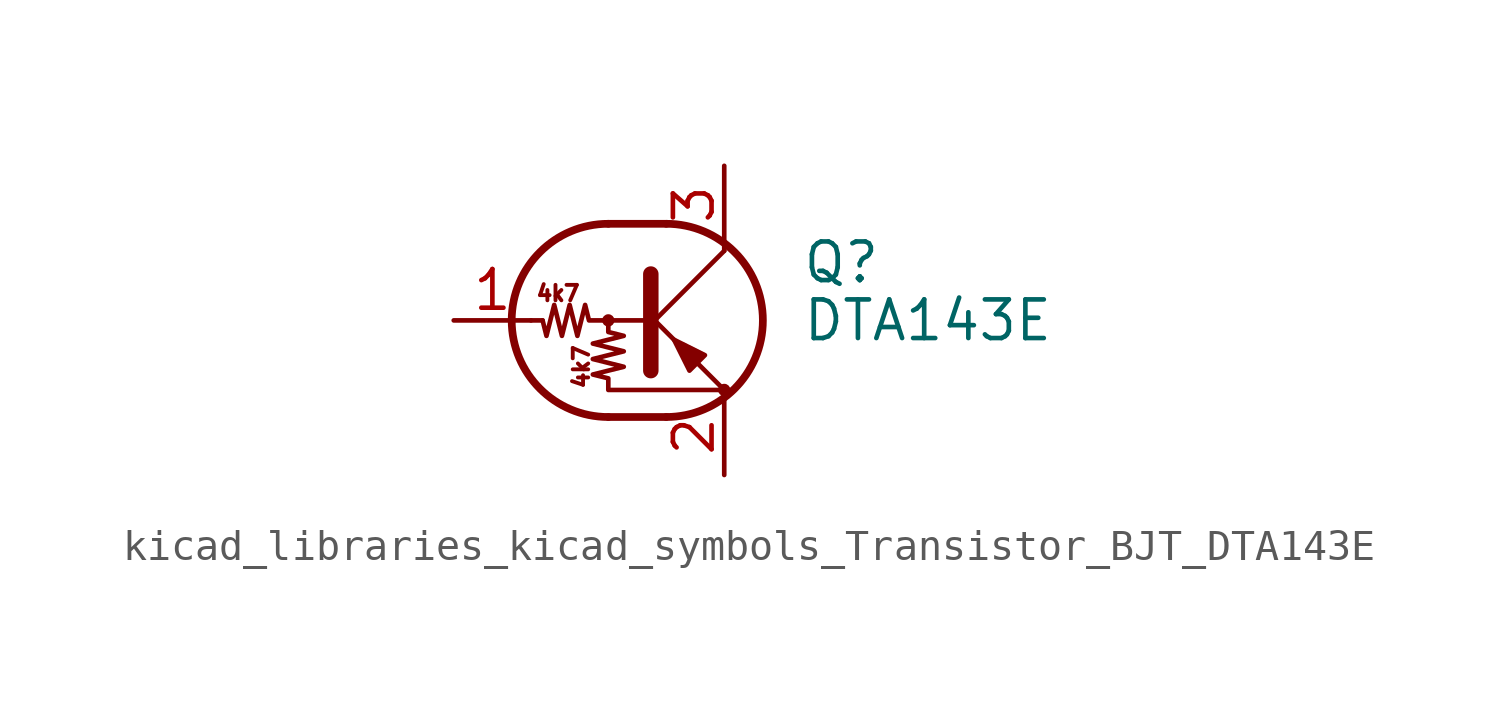
<source format=kicad_sym>
(kicad_symbol_lib
  (version 20220914)
  (generator kicad_symbol_editor)
  (symbol "kicad_libraries_kicad_symbols_Transistor_BJT_DTA143E"
    (pin_names
      (offset 0) hide)
    (property "Reference" "Q"
      (at 5.08 1.905 0)
      (effects (font (size 1.27 1.27)) (justify left)))
    (property "Value" "DTA143E"
      (at 5.08 0 0)
      (effects (font (size 1.27 1.27)) (justify left)))
    (symbol "kicad_libraries_kicad_symbols_Transistor_BJT_DTA143E_0_0"
      (text "4k7" (at -2.921 0.889 0) (effects (font (size 0.508 0.508))))
      (text "4k7" (at -2.159 -1.524 900) (effects (font (size 0.508 0.508)))))
    (symbol "kicad_libraries_kicad_symbols_Transistor_BJT_DTA143E_0_1"
      (circle (center -1.27 0) (radius 0.127) (stroke (width 0) (type default)) (fill (type none)))
      (arc (start -1.27 3.175) (mid -4.4312 0) (end -1.27 -3.175) (stroke (width 0.254) (type default)) (fill (type none)))
      (polyline (pts (xy -3.429 0) (xy -3.81 0)) (stroke (width 0) (type default)) (fill (type none)))
      (polyline (pts (xy -1.27 -3.175) (xy 0.635 -3.175)) (stroke (width 0.254) (type default)) (fill (type none)))
      (polyline (pts (xy -1.27 3.175) (xy 0.635 3.175)) (stroke (width 0.254) (type default)) (fill (type none)))
      (polyline (pts (xy 0 -0.254) (xy 2.54 2.286)) (stroke (width 0) (type default)) (fill (type none)))
      (polyline (pts (xy 0.127 1.524) (xy 0.127 -1.651)) (stroke (width 0.508) (type default)) (fill (type outline)))
      (polyline (pts (xy 2.54 2.286) (xy 2.54 2.54)) (stroke (width 0) (type default)) (fill (type none)))
      (polyline (pts (xy 2.54 -2.286) (xy 0 0.254) (xy 0 0.254)) (stroke (width 0) (type default)) (fill (type none)))
      (polyline (pts (xy 1.397 -1.651) (xy 1.905 -1.143) (xy 0.889 -0.635) (xy 1.397 -1.651)) (stroke (width 0) (type default)) (fill (type outline)))
      (polyline (pts (xy 0 0) (xy -1.905 0) (xy -2.032 0.508) (xy -2.286 -0.508) (xy -2.54 0.508) (xy -2.794 -0.508) (xy -3.048 0.508) (xy -3.302 -0.508) (xy -3.429 0)) (stroke (width 0) (type default)) (fill (type none)))
      (polyline (pts (xy -1.27 0) (xy -1.27 -0.381) (xy -0.762 -0.508) (xy -1.778 -0.762) (xy -0.762 -1.016) (xy -1.778 -1.27) (xy -0.762 -1.524) (xy -1.778 -1.778) (xy -1.27 -1.905) (xy -1.27 -2.286) (xy 2.54 -2.286)) (stroke (width 0) (type default)) (fill (type none)))
      (arc (start 0.635 -3.175) (mid 3.7962 0) (end 0.635 3.175) (stroke (width 0.254) (type default)) (fill (type none)))
      (circle (center 2.54 -2.286) (radius 0.127) (stroke (width 0) (type default)) (fill (type none))))
    (symbol "kicad_libraries_kicad_symbols_Transistor_BJT_DTA143E_1_1"
      (pin input line (at -6.35 0 0) (length 2.54) (name "B" (effects (font (size 1.27 1.27)))) (number "1" (effects (font (size 1.27 1.27)))))
      (pin passive line (at 2.54 -5.08 90) (length 2.54) (name "E" (effects (font (size 1.27 1.27)))) (number "2" (effects (font (size 1.27 1.27)))))
      (pin passive line (at 2.54 5.08 270) (length 2.54) (name "C" (effects (font (size 1.27 1.27)))) (number "3" (effects (font (size 1.27 1.27))))))))
</source>
